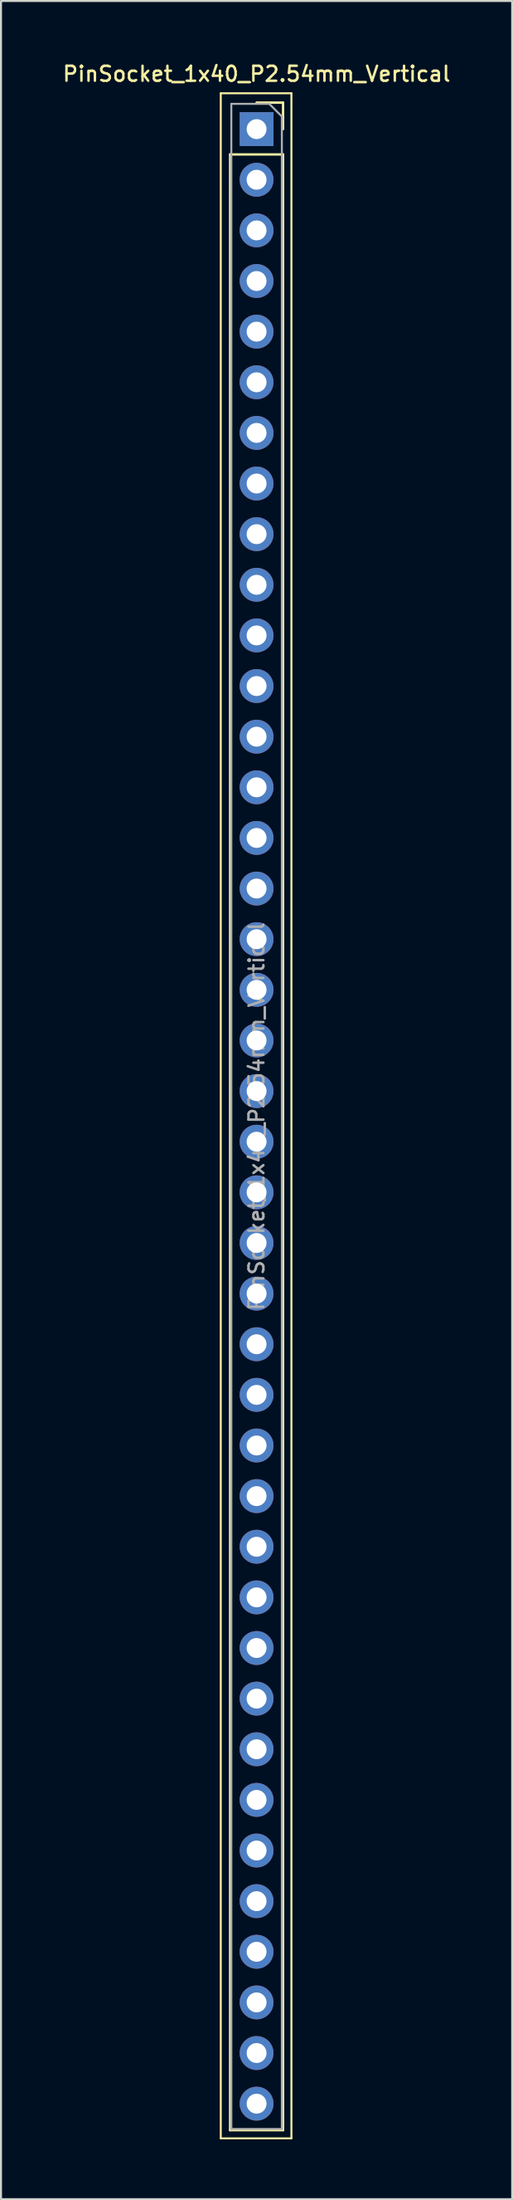
<source format=kicad_pcb>
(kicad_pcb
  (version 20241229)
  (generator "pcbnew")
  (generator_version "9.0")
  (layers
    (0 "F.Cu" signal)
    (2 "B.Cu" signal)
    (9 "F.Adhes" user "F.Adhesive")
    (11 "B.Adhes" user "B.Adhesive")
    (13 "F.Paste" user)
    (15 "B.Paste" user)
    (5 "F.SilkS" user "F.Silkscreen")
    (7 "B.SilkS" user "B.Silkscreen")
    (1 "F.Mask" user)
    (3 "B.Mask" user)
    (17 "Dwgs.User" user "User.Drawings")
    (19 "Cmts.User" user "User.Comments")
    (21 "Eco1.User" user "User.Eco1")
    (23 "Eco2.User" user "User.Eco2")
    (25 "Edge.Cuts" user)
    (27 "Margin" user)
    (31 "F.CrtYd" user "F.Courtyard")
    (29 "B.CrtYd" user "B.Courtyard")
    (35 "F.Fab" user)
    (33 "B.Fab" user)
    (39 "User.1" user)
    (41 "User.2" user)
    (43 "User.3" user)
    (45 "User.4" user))
  (footprint "PinSocket_1x40_P2.54mm_Vertical"
    (layer "F.Cu")
    (at 9.845 3.428)
    (property "Reference" "PinSocket_1x40_P2.54mm_Vertical" (at 0 -2.77 0) (layer "F.SilkS") (effects (font (size 0.75 0.75) (thickness 0.125))))
    (attr through_hole)
    (fp_line (start -1.8 -1.8) (end 1.75 -1.8) (stroke (width 0.1) (type solid)) (layer "F.SilkS"))
    (fp_line (start -1.8 100.8) (end -1.8 -1.8) (stroke (width 0.1) (type solid)) (layer "F.SilkS"))
    (fp_line (start -1.33 1.27) (end -1.33 100.39) (stroke (width 0.12) (type solid)) (layer "F.SilkS"))
    (fp_line (start -1.33 1.27) (end 1.33 1.27) (stroke (width 0.12) (type solid)) (layer "F.SilkS"))
    (fp_line (start -1.33 100.39) (end 1.33 100.39) (stroke (width 0.12) (type solid)) (layer "F.SilkS"))
    (fp_line (start 0 -1.33) (end 1.33 -1.33) (stroke (width 0.12) (type solid)) (layer "F.SilkS"))
    (fp_line (start 1.33 -1.33) (end 1.33 0) (stroke (width 0.12) (type solid)) (layer "F.SilkS"))
    (fp_line (start 1.33 1.27) (end 1.33 100.39) (stroke (width 0.12) (type solid)) (layer "F.SilkS"))
    (fp_line (start 1.75 -1.8) (end 1.75 100.8) (stroke (width 0.1) (type solid)) (layer "F.SilkS"))
    (fp_line (start 1.75 100.8) (end -1.8 100.8) (stroke (width 0.1) (type solid)) (layer "F.SilkS"))
    (fp_line (start -1.27 -1.27) (end 0.635 -1.27) (stroke (width 0.1) (type solid)) (layer "F.Fab"))
    (fp_line (start -1.27 100.33) (end -1.27 -1.27) (stroke (width 0.1) (type solid)) (layer "F.Fab"))
    (fp_line (start 0.635 -1.27) (end 1.27 -0.635) (stroke (width 0.1) (type solid)) (layer "F.Fab"))
    (fp_line (start 1.27 -0.635) (end 1.27 100.33) (stroke (width 0.1) (type solid)) (layer "F.Fab"))
    (fp_line (start 1.27 100.33) (end -1.27 100.33) (stroke (width 0.1) (type solid)) (layer "F.Fab"))
    (fp_text user "${REFERENCE}" (at 0 49.53 90) (layer "F.Fab") (effects (font (size 0.75 0.75) (thickness 0.125))))
    (pad "1" thru_hole rect (at 0 0) (size 1.7 1.7) (drill 1) (layers "*.Cu" "*.Mask"))
    (pad "2" thru_hole oval (at 0 2.54) (size 1.7 1.7) (drill 1) (layers "*.Cu" "*.Mask"))
    (pad "3" thru_hole oval (at 0 5.08) (size 1.7 1.7) (drill 1) (layers "*.Cu" "*.Mask"))
    (pad "4" thru_hole oval (at 0 7.62) (size 1.7 1.7) (drill 1) (layers "*.Cu" "*.Mask"))
    (pad "5" thru_hole oval (at 0 10.16) (size 1.7 1.7) (drill 1) (layers "*.Cu" "*.Mask"))
    (pad "6" thru_hole oval (at 0 12.7) (size 1.7 1.7) (drill 1) (layers "*.Cu" "*.Mask"))
    (pad "7" thru_hole oval (at 0 15.24) (size 1.7 1.7) (drill 1) (layers "*.Cu" "*.Mask"))
    (pad "8" thru_hole oval (at 0 17.78) (size 1.7 1.7) (drill 1) (layers "*.Cu" "*.Mask"))
    (pad "9" thru_hole oval (at 0 20.32) (size 1.7 1.7) (drill 1) (layers "*.Cu" "*.Mask"))
    (pad "10" thru_hole oval (at 0 22.86) (size 1.7 1.7) (drill 1) (layers "*.Cu" "*.Mask"))
    (pad "11" thru_hole oval (at 0 25.4) (size 1.7 1.7) (drill 1) (layers "*.Cu" "*.Mask"))
    (pad "12" thru_hole oval (at 0 27.94) (size 1.7 1.7) (drill 1) (layers "*.Cu" "*.Mask"))
    (pad "13" thru_hole oval (at 0 30.48) (size 1.7 1.7) (drill 1) (layers "*.Cu" "*.Mask"))
    (pad "14" thru_hole oval (at 0 33.02) (size 1.7 1.7) (drill 1) (layers "*.Cu" "*.Mask"))
    (pad "15" thru_hole oval (at 0 35.56) (size 1.7 1.7) (drill 1) (layers "*.Cu" "*.Mask"))
    (pad "16" thru_hole oval (at 0 38.1) (size 1.7 1.7) (drill 1) (layers "*.Cu" "*.Mask"))
    (pad "17" thru_hole oval (at 0 40.64) (size 1.7 1.7) (drill 1) (layers "*.Cu" "*.Mask"))
    (pad "18" thru_hole oval (at 0 43.18) (size 1.7 1.7) (drill 1) (layers "*.Cu" "*.Mask"))
    (pad "19" thru_hole oval (at 0 45.72) (size 1.7 1.7) (drill 1) (layers "*.Cu" "*.Mask"))
    (pad "20" thru_hole oval (at 0 48.26) (size 1.7 1.7) (drill 1) (layers "*.Cu" "*.Mask"))
    (pad "21" thru_hole oval (at 0 50.8) (size 1.7 1.7) (drill 1) (layers "*.Cu" "*.Mask"))
    (pad "22" thru_hole oval (at 0 53.34) (size 1.7 1.7) (drill 1) (layers "*.Cu" "*.Mask"))
    (pad "23" thru_hole oval (at 0 55.88) (size 1.7 1.7) (drill 1) (layers "*.Cu" "*.Mask"))
    (pad "24" thru_hole oval (at 0 58.42) (size 1.7 1.7) (drill 1) (layers "*.Cu" "*.Mask"))
    (pad "25" thru_hole oval (at 0 60.96) (size 1.7 1.7) (drill 1) (layers "*.Cu" "*.Mask"))
    (pad "26" thru_hole oval (at 0 63.5) (size 1.7 1.7) (drill 1) (layers "*.Cu" "*.Mask"))
    (pad "27" thru_hole oval (at 0 66.04) (size 1.7 1.7) (drill 1) (layers "*.Cu" "*.Mask"))
    (pad "28" thru_hole oval (at 0 68.58) (size 1.7 1.7) (drill 1) (layers "*.Cu" "*.Mask"))
    (pad "29" thru_hole oval (at 0 71.12) (size 1.7 1.7) (drill 1) (layers "*.Cu" "*.Mask"))
    (pad "30" thru_hole oval (at 0 73.66) (size 1.7 1.7) (drill 1) (layers "*.Cu" "*.Mask"))
    (pad "31" thru_hole oval (at 0 76.2) (size 1.7 1.7) (drill 1) (layers "*.Cu" "*.Mask"))
    (pad "32" thru_hole oval (at 0 78.74) (size 1.7 1.7) (drill 1) (layers "*.Cu" "*.Mask"))
    (pad "33" thru_hole oval (at 0 81.28) (size 1.7 1.7) (drill 1) (layers "*.Cu" "*.Mask"))
    (pad "34" thru_hole oval (at 0 83.82) (size 1.7 1.7) (drill 1) (layers "*.Cu" "*.Mask"))
    (pad "35" thru_hole oval (at 0 86.36) (size 1.7 1.7) (drill 1) (layers "*.Cu" "*.Mask"))
    (pad "36" thru_hole oval (at 0 88.9) (size 1.7 1.7) (drill 1) (layers "*.Cu" "*.Mask"))
    (pad "37" thru_hole oval (at 0 91.44) (size 1.7 1.7) (drill 1) (layers "*.Cu" "*.Mask"))
    (pad "38" thru_hole oval (at 0 93.98) (size 1.7 1.7) (drill 1) (layers "*.Cu" "*.Mask"))
    (pad "39" thru_hole oval (at 0 96.52) (size 1.7 1.7) (drill 1) (layers "*.Cu" "*.Mask"))
    (pad "40" thru_hole oval (at 0 99.06) (size 1.7 1.7) (drill 1) (layers "*.Cu" "*.Mask")))
  (gr_rect
    (start -3 -3)
    (end 22.689 107.278)
    (stroke (width 0.1) (type default))
    (fill no)
    (layer "Edge.Cuts")))
</source>
